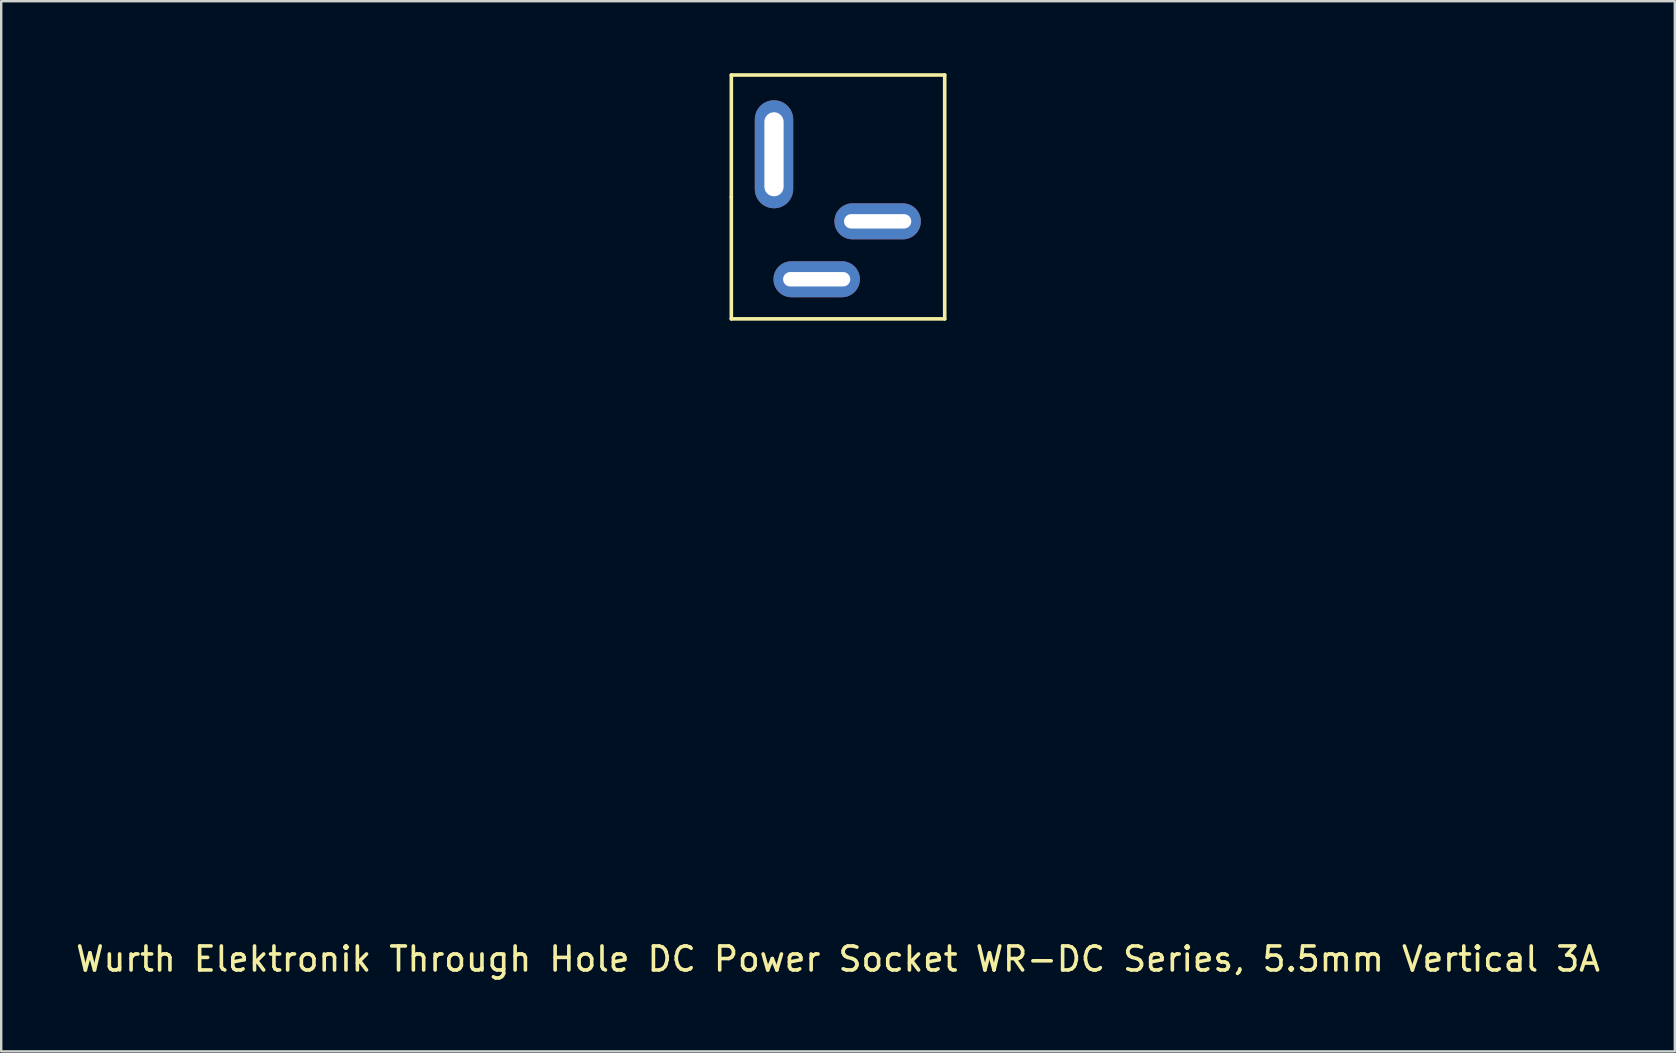
<source format=kicad_pcb>
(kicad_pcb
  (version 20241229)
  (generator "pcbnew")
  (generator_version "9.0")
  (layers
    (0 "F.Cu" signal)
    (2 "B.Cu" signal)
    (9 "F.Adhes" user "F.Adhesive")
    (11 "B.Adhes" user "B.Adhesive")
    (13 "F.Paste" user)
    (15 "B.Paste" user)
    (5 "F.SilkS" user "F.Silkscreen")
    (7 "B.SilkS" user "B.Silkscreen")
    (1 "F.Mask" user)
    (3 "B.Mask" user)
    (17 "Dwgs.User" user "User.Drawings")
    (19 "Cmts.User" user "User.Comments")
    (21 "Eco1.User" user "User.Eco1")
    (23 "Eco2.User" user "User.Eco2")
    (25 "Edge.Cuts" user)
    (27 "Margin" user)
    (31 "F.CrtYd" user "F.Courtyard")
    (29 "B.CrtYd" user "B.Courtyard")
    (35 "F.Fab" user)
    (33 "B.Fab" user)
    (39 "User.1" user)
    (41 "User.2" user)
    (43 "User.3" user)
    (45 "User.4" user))
  (footprint "Wurth Elektronik Through Hole DC Power Socket WR-DC Series, 5.5mm Vertical 3A"
    (layer "F.Cu")
    (at 31.863 5.155)
    (property "Reference" "Wurth Elektronik Through Hole DC Power Socket WR-DC Series, 5.5mm Vertical 3A" (at 0 31.75 0) (layer "F.SilkS") (effects (font (size 1 1) (thickness 0.15))))
    (attr through_hole)
    (fp_line (start -4.445 -5.08) (end 4.445 -5.08) (stroke (width 0.15) (type solid)) (layer "F.SilkS"))
    (fp_line (start -4.445 0) (end -4.445 -5.08) (stroke (width 0.15) (type solid)) (layer "F.SilkS"))
    (fp_line (start -4.445 5.08) (end -4.445 0) (stroke (width 0.15) (type solid)) (layer "F.SilkS"))
    (fp_line (start 4.445 -5.08) (end 4.445 5.08) (stroke (width 0.15) (type solid)) (layer "F.SilkS"))
    (fp_line (start 4.445 5.08) (end -4.445 5.08) (stroke (width 0.15) (type solid)) (layer "F.SilkS"))
    (pad "1" thru_hole oval (at -2.667 -1.778) (size 1.6 4.5) (drill oval 0.8 3.5) (layers "*.Cu" "*.Mask"))
    (pad "2" thru_hole oval (at -0.889 3.429 90) (size 1.5 3.6) (drill oval 0.6 2.8) (layers "*.Cu" "*.Mask"))
    (pad "3" thru_hole oval (at 1.651 1.016 90) (size 1.5 3.6) (drill oval 0.6 2.8) (layers "*.Cu" "*.Mask")))
  (gr_rect
    (start -3 -3)
    (end 66.726 40.753)
    (stroke (width 0.1) (type default))
    (fill no)
    (layer "Edge.Cuts")))
</source>
